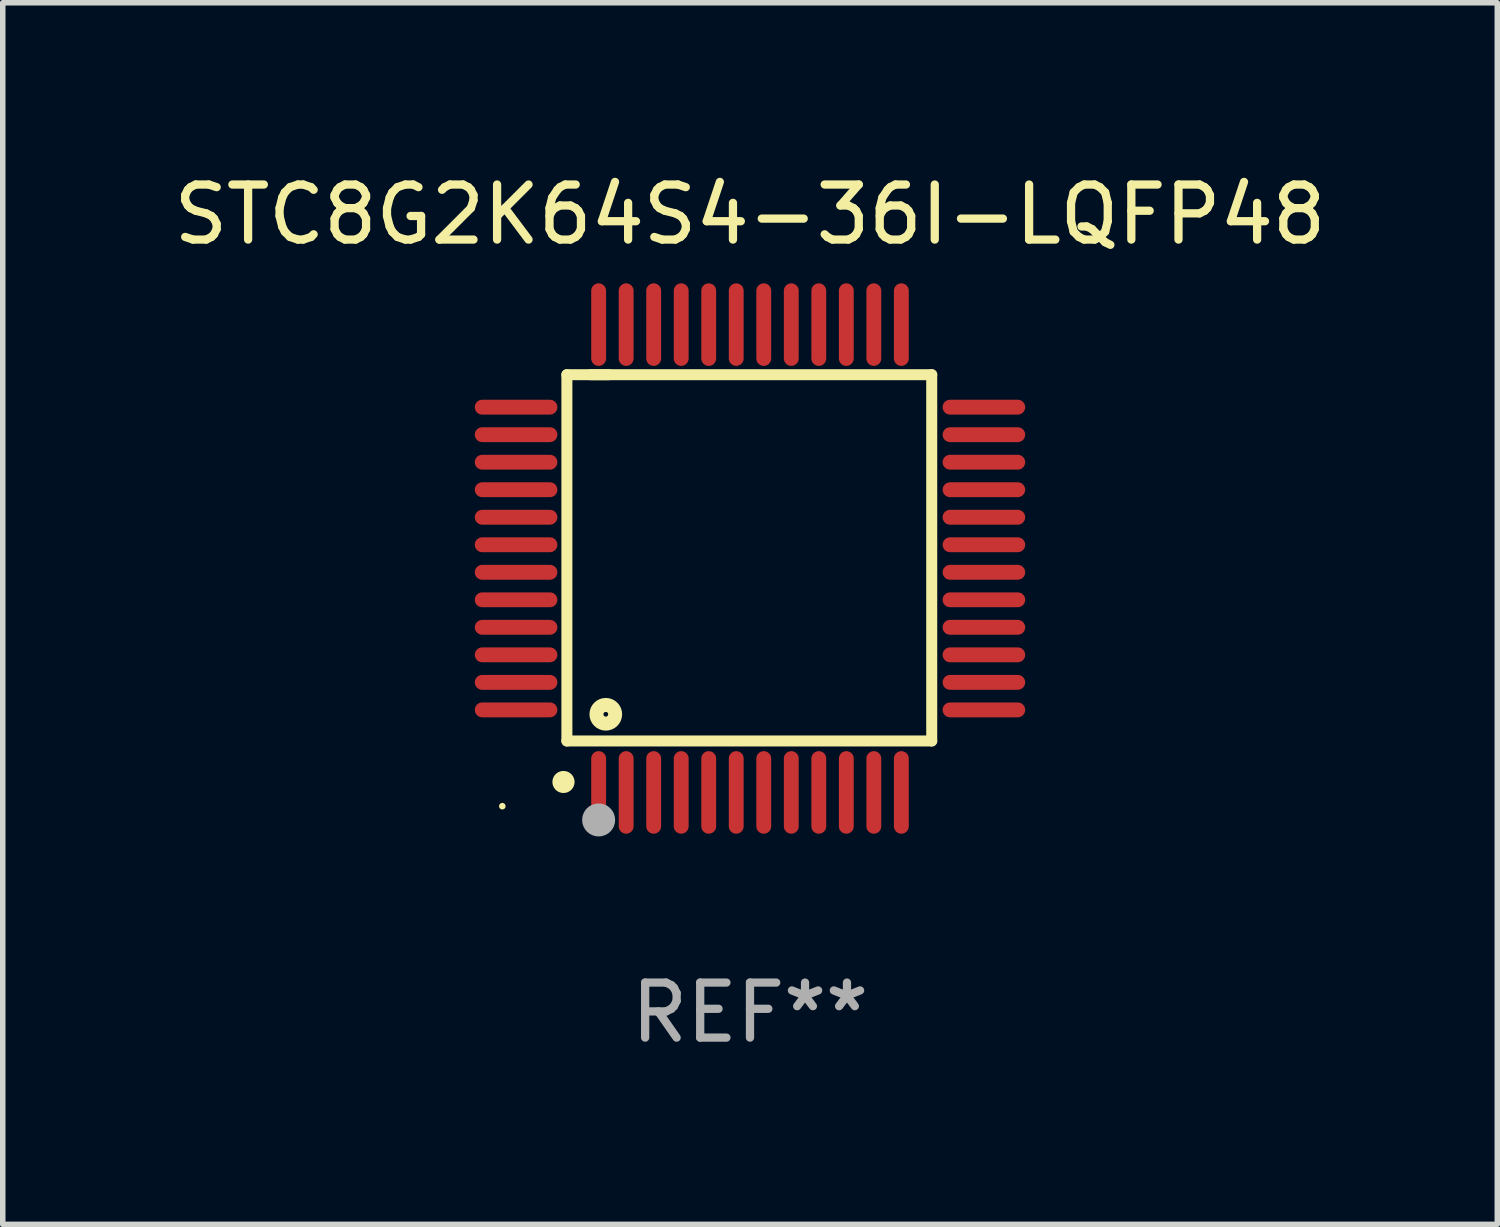
<source format=kicad_pcb>
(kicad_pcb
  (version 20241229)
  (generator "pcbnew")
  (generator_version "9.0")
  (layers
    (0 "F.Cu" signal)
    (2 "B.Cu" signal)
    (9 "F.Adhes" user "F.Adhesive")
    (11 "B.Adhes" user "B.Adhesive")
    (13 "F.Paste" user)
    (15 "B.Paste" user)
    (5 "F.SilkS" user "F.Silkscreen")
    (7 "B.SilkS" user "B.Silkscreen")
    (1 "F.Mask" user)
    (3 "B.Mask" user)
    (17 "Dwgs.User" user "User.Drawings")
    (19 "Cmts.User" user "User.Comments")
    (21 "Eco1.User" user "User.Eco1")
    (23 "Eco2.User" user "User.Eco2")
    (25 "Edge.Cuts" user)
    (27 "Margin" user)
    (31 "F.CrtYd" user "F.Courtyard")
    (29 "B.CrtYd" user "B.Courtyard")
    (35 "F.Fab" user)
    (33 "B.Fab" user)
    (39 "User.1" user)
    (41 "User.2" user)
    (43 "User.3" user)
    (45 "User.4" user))
  (footprint "STC8G2K64S4-36I-LQFP48"
    (layer "F.Cu")
    (at 10.577 7.098)
    (property "Reference" "STC8G2K64S4-36I-LQFP48" (at 0 -6.25 0) (layer "F.SilkS") (effects (font (size 1 1) (thickness 0.15))))
    (attr through_hole)
    (fp_line (start -3.327 -3.34) (end -2.565 -3.34) (stroke (width 0.2) (type solid)) (layer "F.SilkS"))
    (fp_line (start -3.327 3.315) (end -3.327 -3.34) (stroke (width 0.2) (type solid)) (layer "F.SilkS"))
    (fp_line (start -2.896 -3.34) (end 3.302 -3.34) (stroke (width 0.2) (type solid)) (layer "F.SilkS"))
    (fp_line (start 3.302 -3.34) (end 3.302 3.315) (stroke (width 0.2) (type solid)) (layer "F.SilkS"))
    (fp_line (start 3.302 3.315) (end -3.327 3.315) (stroke (width 0.2) (type solid)) (layer "F.SilkS"))
    (fp_arc (start -3.389992 4.059995) (mid -3.388722 4.059991) (end -3.387452 4.059995) (stroke (width 0.4) (type solid)) (layer "F.SilkS"))
    (fp_circle (center -4.5 4.5) (end -4.47 4.5) (stroke (width 0.06) (type solid)) (fill no) (layer "F.SilkS"))
    (fp_circle (center -2.62 2.83) (end -2.45 2.83) (stroke (width 0.254) (type solid)) (fill no) (layer "F.SilkS"))
    (fp_circle (center -2.75 4.75) (end -2.6 4.75) (stroke (width 0.3) (type solid)) (fill no) (layer "F.Fab"))
    (fp_text user "REF**" (at 0 8.25 0) (layer "F.Fab") (effects (font (size 1 1) (thickness 0.15))))
    (pad "1" smd oval (at -2.75 4.25) (size 0.27 1.5) (layers "F.Cu" "F.Mask" "F.Paste"))
    (pad "2" smd oval (at -2.25 4.25) (size 0.27 1.5) (layers "F.Cu" "F.Mask" "F.Paste"))
    (pad "3" smd oval (at -1.75 4.25) (size 0.27 1.5) (layers "F.Cu" "F.Mask" "F.Paste"))
    (pad "4" smd oval (at -1.25 4.25) (size 0.27 1.5) (layers "F.Cu" "F.Mask" "F.Paste"))
    (pad "5" smd oval (at -0.75 4.25) (size 0.27 1.5) (layers "F.Cu" "F.Mask" "F.Paste"))
    (pad "6" smd oval (at -0.25 4.25) (size 0.27 1.5) (layers "F.Cu" "F.Mask" "F.Paste"))
    (pad "7" smd oval (at 0.25 4.25) (size 0.27 1.5) (layers "F.Cu" "F.Mask" "F.Paste"))
    (pad "8" smd oval (at 0.75 4.25) (size 0.27 1.5) (layers "F.Cu" "F.Mask" "F.Paste"))
    (pad "9" smd oval (at 1.25 4.25) (size 0.27 1.5) (layers "F.Cu" "F.Mask" "F.Paste"))
    (pad "10" smd oval (at 1.75 4.25) (size 0.27 1.5) (layers "F.Cu" "F.Mask" "F.Paste"))
    (pad "11" smd oval (at 2.25 4.25) (size 0.27 1.5) (layers "F.Cu" "F.Mask" "F.Paste"))
    (pad "12" smd oval (at 2.75 4.25) (size 0.27 1.5) (layers "F.Cu" "F.Mask" "F.Paste"))
    (pad "13" smd oval (at 4.25 2.75) (size 1.5 0.27) (layers "F.Cu" "F.Mask" "F.Paste"))
    (pad "14" smd oval (at 4.25 2.25) (size 1.5 0.27) (layers "F.Cu" "F.Mask" "F.Paste"))
    (pad "15" smd oval (at 4.25 1.75) (size 1.5 0.27) (layers "F.Cu" "F.Mask" "F.Paste"))
    (pad "16" smd oval (at 4.25 1.25) (size 1.5 0.27) (layers "F.Cu" "F.Mask" "F.Paste"))
    (pad "17" smd oval (at 4.25 0.75) (size 1.5 0.27) (layers "F.Cu" "F.Mask" "F.Paste"))
    (pad "18" smd oval (at 4.25 0.25) (size 1.5 0.27) (layers "F.Cu" "F.Mask" "F.Paste"))
    (pad "19" smd oval (at 4.25 -0.25) (size 1.5 0.27) (layers "F.Cu" "F.Mask" "F.Paste"))
    (pad "20" smd oval (at 4.25 -0.75) (size 1.5 0.27) (layers "F.Cu" "F.Mask" "F.Paste"))
    (pad "21" smd oval (at 4.25 -1.25) (size 1.5 0.27) (layers "F.Cu" "F.Mask" "F.Paste"))
    (pad "22" smd oval (at 4.25 -1.75) (size 1.5 0.27) (layers "F.Cu" "F.Mask" "F.Paste"))
    (pad "23" smd oval (at 4.25 -2.25) (size 1.5 0.27) (layers "F.Cu" "F.Mask" "F.Paste"))
    (pad "24" smd oval (at 4.25 -2.75) (size 1.5 0.27) (layers "F.Cu" "F.Mask" "F.Paste"))
    (pad "25" smd oval (at 2.75 -4.25) (size 0.27 1.5) (layers "F.Cu" "F.Mask" "F.Paste"))
    (pad "26" smd oval (at 2.25 -4.25) (size 0.27 1.5) (layers "F.Cu" "F.Mask" "F.Paste"))
    (pad "27" smd oval (at 1.75 -4.25) (size 0.27 1.5) (layers "F.Cu" "F.Mask" "F.Paste"))
    (pad "28" smd oval (at 1.25 -4.25) (size 0.27 1.5) (layers "F.Cu" "F.Mask" "F.Paste"))
    (pad "29" smd oval (at 0.75 -4.25) (size 0.27 1.5) (layers "F.Cu" "F.Mask" "F.Paste"))
    (pad "30" smd oval (at 0.25 -4.25) (size 0.27 1.5) (layers "F.Cu" "F.Mask" "F.Paste"))
    (pad "31" smd oval (at -0.25 -4.25) (size 0.27 1.5) (layers "F.Cu" "F.Mask" "F.Paste"))
    (pad "32" smd oval (at -0.75 -4.25) (size 0.27 1.5) (layers "F.Cu" "F.Mask" "F.Paste"))
    (pad "33" smd oval (at -1.25 -4.25) (size 0.27 1.5) (layers "F.Cu" "F.Mask" "F.Paste"))
    (pad "34" smd oval (at -1.75 -4.25) (size 0.27 1.5) (layers "F.Cu" "F.Mask" "F.Paste"))
    (pad "35" smd oval (at -2.25 -4.25) (size 0.27 1.5) (layers "F.Cu" "F.Mask" "F.Paste"))
    (pad "36" smd oval (at -2.75 -4.25) (size 0.27 1.5) (layers "F.Cu" "F.Mask" "F.Paste"))
    (pad "37" smd oval (at -4.25 -2.75) (size 1.5 0.27) (layers "F.Cu" "F.Mask" "F.Paste"))
    (pad "38" smd oval (at -4.25 -2.25) (size 1.5 0.27) (layers "F.Cu" "F.Mask" "F.Paste"))
    (pad "39" smd oval (at -4.25 -1.75) (size 1.5 0.27) (layers "F.Cu" "F.Mask" "F.Paste"))
    (pad "40" smd oval (at -4.25 -1.25) (size 1.5 0.27) (layers "F.Cu" "F.Mask" "F.Paste"))
    (pad "41" smd oval (at -4.25 -0.75) (size 1.5 0.27) (layers "F.Cu" "F.Mask" "F.Paste"))
    (pad "42" smd oval (at -4.25 -0.25) (size 1.5 0.27) (layers "F.Cu" "F.Mask" "F.Paste"))
    (pad "43" smd oval (at -4.25 0.25) (size 1.5 0.27) (layers "F.Cu" "F.Mask" "F.Paste"))
    (pad "44" smd oval (at -4.25 0.75) (size 1.5 0.27) (layers "F.Cu" "F.Mask" "F.Paste"))
    (pad "45" smd oval (at -4.25 1.25) (size 1.5 0.27) (layers "F.Cu" "F.Mask" "F.Paste"))
    (pad "46" smd oval (at -4.25 1.75) (size 1.5 0.27) (layers "F.Cu" "F.Mask" "F.Paste"))
    (pad "47" smd oval (at -4.25 2.25) (size 1.5 0.27) (layers "F.Cu" "F.Mask" "F.Paste"))
    (pad "48" smd oval (at -4.25 2.75) (size 1.5 0.27) (layers "F.Cu" "F.Mask" "F.Paste")))
  (gr_rect
    (start -3 -3)
    (end 24.155 19.196)
    (stroke (width 0.1) (type default))
    (fill no)
    (layer "Edge.Cuts")))
</source>
